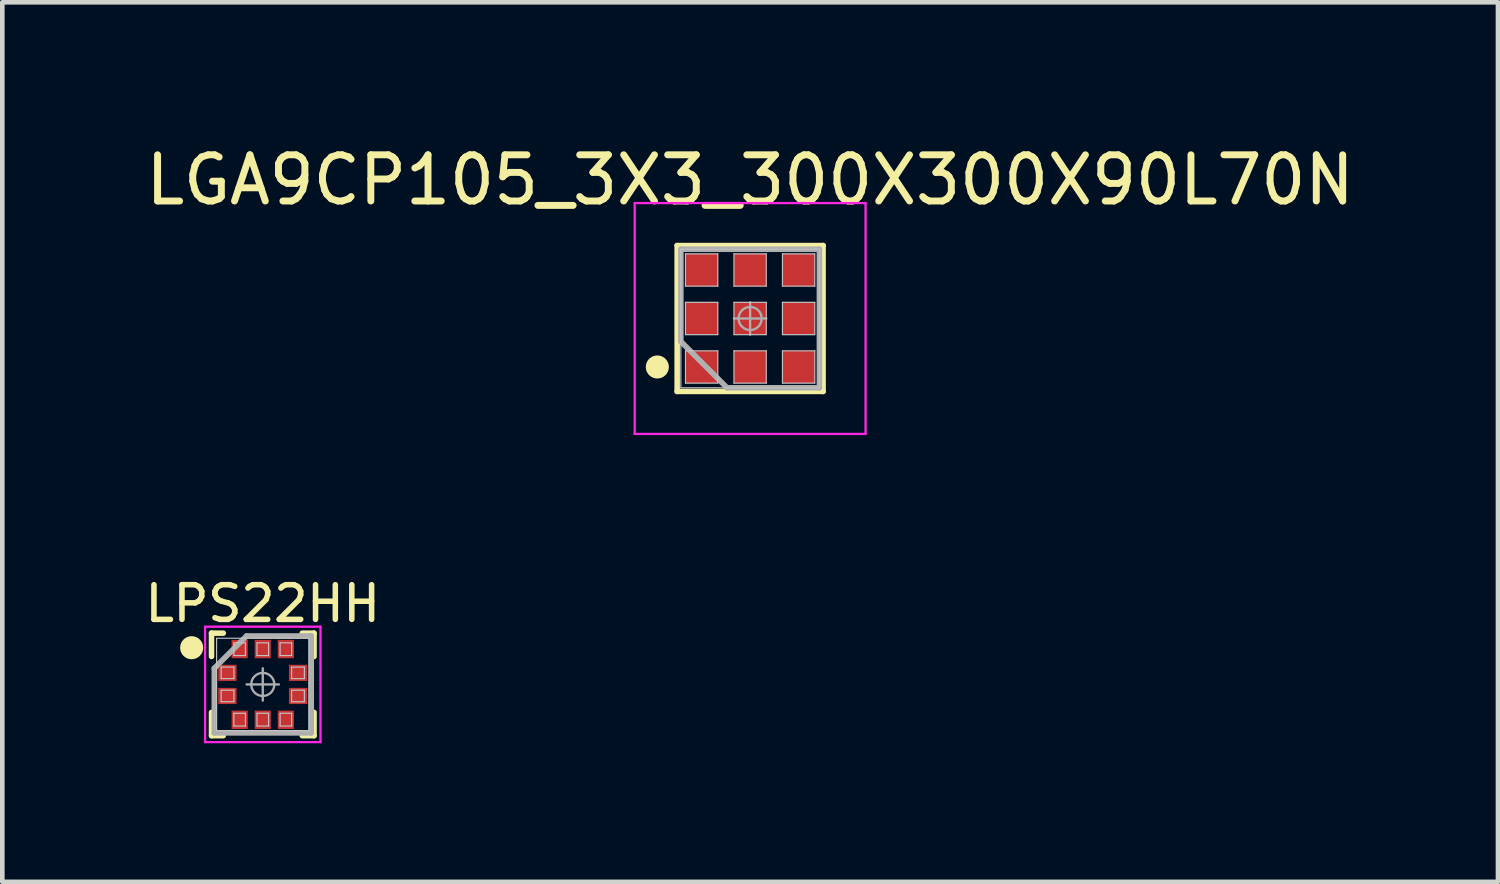
<source format=kicad_pcb>
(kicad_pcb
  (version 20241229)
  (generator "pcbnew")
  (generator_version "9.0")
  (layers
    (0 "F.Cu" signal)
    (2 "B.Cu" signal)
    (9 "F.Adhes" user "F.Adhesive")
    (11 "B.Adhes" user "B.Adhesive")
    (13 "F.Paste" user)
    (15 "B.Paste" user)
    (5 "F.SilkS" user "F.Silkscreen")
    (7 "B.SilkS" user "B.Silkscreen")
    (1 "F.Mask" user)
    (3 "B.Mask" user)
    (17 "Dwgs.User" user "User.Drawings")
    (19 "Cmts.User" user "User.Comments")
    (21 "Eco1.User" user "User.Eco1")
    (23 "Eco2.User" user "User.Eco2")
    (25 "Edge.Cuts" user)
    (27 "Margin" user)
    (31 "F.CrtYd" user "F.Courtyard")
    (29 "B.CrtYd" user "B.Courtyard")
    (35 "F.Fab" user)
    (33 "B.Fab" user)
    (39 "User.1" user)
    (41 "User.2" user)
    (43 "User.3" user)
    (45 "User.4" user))
  (footprint "LGA9CP105_3X3_300X300X90L70N"
    (layer "F.Cu")
    (at 13.196 3.848)
    (property "Reference" "LGA9CP105_3X3_300X300X90L70N" (at 0 -3 0) (layer "F.SilkS") (effects (font (size 1 1) (thickness 0.15))))
    (attr smd)
    (fp_line (start -1.58 -1.58) (end 1.58 -1.58) (stroke (width 0.12) (type solid)) (layer "F.SilkS"))
    (fp_line (start -1.58 1.58) (end -1.58 -1.58) (stroke (width 0.12) (type solid)) (layer "F.SilkS"))
    (fp_line (start 1.58 -1.58) (end 1.58 1.58) (stroke (width 0.12) (type solid)) (layer "F.SilkS"))
    (fp_line (start 1.58 1.58) (end -1.58 1.58) (stroke (width 0.12) (type solid)) (layer "F.SilkS"))
    (fp_circle (center -2.01 1.05) (end -2.01 1.175) (stroke (width 0.25) (type solid)) (fill no) (layer "F.SilkS"))
    (fp_line (start -1.5 -1.5) (end 1.5 -1.5) (stroke (width 0.025) (type solid)) (layer "Dwgs.User"))
    (fp_line (start -1.5 1.5) (end -1.5 -1.5) (stroke (width 0.025) (type solid)) (layer "Dwgs.User"))
    (fp_line (start -1.4 -1.4) (end -0.7 -1.4) (stroke (width 0.025) (type solid)) (layer "Dwgs.User"))
    (fp_line (start -1.4 -0.7) (end -1.4 -1.4) (stroke (width 0.025) (type solid)) (layer "Dwgs.User"))
    (fp_line (start -1.4 -0.35) (end -0.7 -0.35) (stroke (width 0.025) (type solid)) (layer "Dwgs.User"))
    (fp_line (start -1.4 0.35) (end -1.4 -0.35) (stroke (width 0.025) (type solid)) (layer "Dwgs.User"))
    (fp_line (start -1.4 0.7) (end -0.7 0.7) (stroke (width 0.025) (type solid)) (layer "Dwgs.User"))
    (fp_line (start -1.4 1.4) (end -1.4 0.7) (stroke (width 0.025) (type solid)) (layer "Dwgs.User"))
    (fp_line (start -0.7 -1.4) (end -0.7 -0.7) (stroke (width 0.025) (type solid)) (layer "Dwgs.User"))
    (fp_line (start -0.7 -0.7) (end -1.4 -0.7) (stroke (width 0.025) (type solid)) (layer "Dwgs.User"))
    (fp_line (start -0.7 -0.35) (end -0.7 0.35) (stroke (width 0.025) (type solid)) (layer "Dwgs.User"))
    (fp_line (start -0.7 0.35) (end -1.4 0.35) (stroke (width 0.025) (type solid)) (layer "Dwgs.User"))
    (fp_line (start -0.7 0.7) (end -0.7 1.4) (stroke (width 0.025) (type solid)) (layer "Dwgs.User"))
    (fp_line (start -0.7 1.4) (end -1.4 1.4) (stroke (width 0.025) (type solid)) (layer "Dwgs.User"))
    (fp_line (start -0.35 -1.4) (end 0.35 -1.4) (stroke (width 0.025) (type solid)) (layer "Dwgs.User"))
    (fp_line (start -0.35 -0.7) (end -0.35 -1.4) (stroke (width 0.025) (type solid)) (layer "Dwgs.User"))
    (fp_line (start -0.35 -0.35) (end 0.35 -0.35) (stroke (width 0.025) (type solid)) (layer "Dwgs.User"))
    (fp_line (start -0.35 0.35) (end -0.35 -0.35) (stroke (width 0.025) (type solid)) (layer "Dwgs.User"))
    (fp_line (start -0.35 0.7) (end 0.35 0.7) (stroke (width 0.025) (type solid)) (layer "Dwgs.User"))
    (fp_line (start -0.35 1.4) (end -0.35 0.7) (stroke (width 0.025) (type solid)) (layer "Dwgs.User"))
    (fp_line (start 0.35 -1.4) (end 0.35 -0.7) (stroke (width 0.025) (type solid)) (layer "Dwgs.User"))
    (fp_line (start 0.35 -0.7) (end -0.35 -0.7) (stroke (width 0.025) (type solid)) (layer "Dwgs.User"))
    (fp_line (start 0.35 -0.35) (end 0.35 0.35) (stroke (width 0.025) (type solid)) (layer "Dwgs.User"))
    (fp_line (start 0.35 0.35) (end -0.35 0.35) (stroke (width 0.025) (type solid)) (layer "Dwgs.User"))
    (fp_line (start 0.35 0.7) (end 0.35 1.4) (stroke (width 0.025) (type solid)) (layer "Dwgs.User"))
    (fp_line (start 0.35 1.4) (end -0.35 1.4) (stroke (width 0.025) (type solid)) (layer "Dwgs.User"))
    (fp_line (start 0.7 -1.4) (end 1.4 -1.4) (stroke (width 0.025) (type solid)) (layer "Dwgs.User"))
    (fp_line (start 0.7 -0.7) (end 0.7 -1.4) (stroke (width 0.025) (type solid)) (layer "Dwgs.User"))
    (fp_line (start 0.7 -0.35) (end 1.4 -0.35) (stroke (width 0.025) (type solid)) (layer "Dwgs.User"))
    (fp_line (start 0.7 0.35) (end 0.7 -0.35) (stroke (width 0.025) (type solid)) (layer "Dwgs.User"))
    (fp_line (start 0.7 0.7) (end 1.4 0.7) (stroke (width 0.025) (type solid)) (layer "Dwgs.User"))
    (fp_line (start 0.7 1.4) (end 0.7 0.7) (stroke (width 0.025) (type solid)) (layer "Dwgs.User"))
    (fp_line (start 1.4 -1.4) (end 1.4 -0.7) (stroke (width 0.025) (type solid)) (layer "Dwgs.User"))
    (fp_line (start 1.4 -0.7) (end 0.7 -0.7) (stroke (width 0.025) (type solid)) (layer "Dwgs.User"))
    (fp_line (start 1.4 -0.35) (end 1.4 0.35) (stroke (width 0.025) (type solid)) (layer "Dwgs.User"))
    (fp_line (start 1.4 0.35) (end 0.7 0.35) (stroke (width 0.025) (type solid)) (layer "Dwgs.User"))
    (fp_line (start 1.4 0.7) (end 1.4 1.4) (stroke (width 0.025) (type solid)) (layer "Dwgs.User"))
    (fp_line (start 1.4 1.4) (end 0.7 1.4) (stroke (width 0.025) (type solid)) (layer "Dwgs.User"))
    (fp_line (start 1.5 -1.5) (end 1.5 1.5) (stroke (width 0.025) (type solid)) (layer "Dwgs.User"))
    (fp_line (start 1.5 1.5) (end -1.5 1.5) (stroke (width 0.025) (type solid)) (layer "Dwgs.User"))
    (fp_line (start -2.5 -2.5) (end -2.5 2.5) (stroke (width 0.05) (type solid)) (layer "F.CrtYd"))
    (fp_line (start -2.5 2.5) (end 2.5 2.5) (stroke (width 0.05) (type solid)) (layer "F.CrtYd"))
    (fp_line (start 2.5 -2.5) (end -2.5 -2.5) (stroke (width 0.05) (type solid)) (layer "F.CrtYd"))
    (fp_line (start 2.5 2.5) (end 2.5 -2.5) (stroke (width 0.05) (type solid)) (layer "F.CrtYd"))
    (fp_line (start -1.5 -1.5) (end 1.5 -1.5) (stroke (width 0.12) (type solid)) (layer "F.Fab"))
    (fp_line (start -1.5 0.5) (end -1.5 -1.5) (stroke (width 0.12) (type solid)) (layer "F.Fab"))
    (fp_line (start -0.5 1.5) (end -1.5 0.5) (stroke (width 0.12) (type solid)) (layer "F.Fab"))
    (fp_line (start -0.35 0) (end 0.35 0) (stroke (width 0.05) (type solid)) (layer "F.Fab"))
    (fp_line (start 0 -0.35) (end 0 0.35) (stroke (width 0.05) (type solid)) (layer "F.Fab"))
    (fp_line (start 1.5 -1.5) (end 1.5 1.5) (stroke (width 0.12) (type solid)) (layer "F.Fab"))
    (fp_line (start 1.5 1.5) (end -0.5 1.5) (stroke (width 0.12) (type solid)) (layer "F.Fab"))
    (fp_circle (center 0 0) (end 0.25 0) (stroke (width 0.05) (type solid)) (fill no) (layer "F.Fab"))
    (pad "1" smd rect (at -1.05 1.05) (size 0.7 0.7) (layers "F.Cu" "F.Mask" "F.Paste"))
    (pad "2" smd rect (at -1.05 0) (size 0.7 0.7) (layers "F.Cu" "F.Mask" "F.Paste"))
    (pad "3" smd rect (at -1.05 -1.05) (size 0.7 0.7) (layers "F.Cu" "F.Mask" "F.Paste"))
    (pad "4" smd rect (at 0 -1.05) (size 0.7 0.7) (layers "F.Cu" "F.Mask" "F.Paste"))
    (pad "5" smd rect (at 1.05 -1.05) (size 0.7 0.7) (layers "F.Cu" "F.Mask" "F.Paste"))
    (pad "6" smd rect (at 1.05 0) (size 0.7 0.7) (layers "F.Cu" "F.Mask" "F.Paste"))
    (pad "7" smd rect (at 1.05 1.05) (size 0.7 0.7) (layers "F.Cu" "F.Mask" "F.Paste"))
    (pad "8" smd rect (at 0 1.05) (size 0.7 0.7) (layers "F.Cu" "F.Mask" "F.Paste"))
    (pad "9" smd rect (at 0 0) (size 0.7 0.7) (layers "F.Cu" "F.Mask" "F.Paste")))
  (footprint "LPS22HH"
    (layer "F.Cu")
    (at 2.641 11.773)
    (property "Reference" "LPS22HH" (at 0 -1.75 0) (layer "F.SilkS") (effects (font (size 0.75 0.75) (thickness 0.12))))
    (attr smd)
    (fp_line (start -1.11 -1.11) (end -0.855 -1.11) (stroke (width 0.12) (type solid)) (layer "F.SilkS"))
    (fp_line (start -1.11 -0.605) (end -1.11 -1.11) (stroke (width 0.12) (type solid)) (layer "F.SilkS"))
    (fp_line (start -1.11 0.605) (end -1.11 1.11) (stroke (width 0.12) (type solid)) (layer "F.SilkS"))
    (fp_line (start -1.11 1.11) (end -0.855 1.11) (stroke (width 0.12) (type solid)) (layer "F.SilkS"))
    (fp_line (start 1.11 -1.11) (end 0.855 -1.11) (stroke (width 0.12) (type solid)) (layer "F.SilkS"))
    (fp_line (start 1.11 -0.605) (end 1.11 -1.11) (stroke (width 0.12) (type solid)) (layer "F.SilkS"))
    (fp_line (start 1.11 0.605) (end 1.11 1.11) (stroke (width 0.12) (type solid)) (layer "F.SilkS"))
    (fp_line (start 1.11 1.11) (end 0.855 1.11) (stroke (width 0.12) (type solid)) (layer "F.SilkS"))
    (fp_circle (center -1.54 -0.795) (end -1.54 -0.67) (stroke (width 0.25) (type solid)) (fill no) (layer "F.SilkS"))
    (fp_line (start -1 -1) (end 1 -1) (stroke (width 0.025) (type solid)) (layer "Dwgs.User"))
    (fp_line (start -1 1) (end -1 -1) (stroke (width 0.025) (type solid)) (layer "Dwgs.User"))
    (fp_line (start -0.901 -0.375) (end -0.625 -0.375) (stroke (width 0.025) (type solid)) (layer "Dwgs.User"))
    (fp_line (start -0.901 -0.125) (end -0.901 -0.375) (stroke (width 0.025) (type solid)) (layer "Dwgs.User"))
    (fp_line (start -0.901 0.125) (end -0.625 0.125) (stroke (width 0.025) (type solid)) (layer "Dwgs.User"))
    (fp_line (start -0.901 0.375) (end -0.901 0.125) (stroke (width 0.025) (type solid)) (layer "Dwgs.User"))
    (fp_line (start -0.625 -0.901) (end -0.375 -0.901) (stroke (width 0.025) (type solid)) (layer "Dwgs.User"))
    (fp_line (start -0.625 -0.625) (end -0.625 -0.901) (stroke (width 0.025) (type solid)) (layer "Dwgs.User"))
    (fp_line (start -0.625 -0.375) (end -0.625 -0.125) (stroke (width 0.025) (type solid)) (layer "Dwgs.User"))
    (fp_line (start -0.625 -0.125) (end -0.901 -0.125) (stroke (width 0.025) (type solid)) (layer "Dwgs.User"))
    (fp_line (start -0.625 0.125) (end -0.625 0.375) (stroke (width 0.025) (type solid)) (layer "Dwgs.User"))
    (fp_line (start -0.625 0.375) (end -0.901 0.375) (stroke (width 0.025) (type solid)) (layer "Dwgs.User"))
    (fp_line (start -0.625 0.625) (end -0.375 0.625) (stroke (width 0.025) (type solid)) (layer "Dwgs.User"))
    (fp_line (start -0.625 0.901) (end -0.625 0.625) (stroke (width 0.025) (type solid)) (layer "Dwgs.User"))
    (fp_line (start -0.375 -0.901) (end -0.375 -0.625) (stroke (width 0.025) (type solid)) (layer "Dwgs.User"))
    (fp_line (start -0.375 -0.625) (end -0.625 -0.625) (stroke (width 0.025) (type solid)) (layer "Dwgs.User"))
    (fp_line (start -0.375 0.625) (end -0.375 0.901) (stroke (width 0.025) (type solid)) (layer "Dwgs.User"))
    (fp_line (start -0.375 0.901) (end -0.625 0.901) (stroke (width 0.025) (type solid)) (layer "Dwgs.User"))
    (fp_line (start -0.125 -0.901) (end 0.125 -0.901) (stroke (width 0.025) (type solid)) (layer "Dwgs.User"))
    (fp_line (start -0.125 -0.625) (end -0.125 -0.901) (stroke (width 0.025) (type solid)) (layer "Dwgs.User"))
    (fp_line (start -0.125 0.625) (end 0.125 0.625) (stroke (width 0.025) (type solid)) (layer "Dwgs.User"))
    (fp_line (start -0.125 0.901) (end -0.125 0.625) (stroke (width 0.025) (type solid)) (layer "Dwgs.User"))
    (fp_line (start 0.125 -0.901) (end 0.125 -0.625) (stroke (width 0.025) (type solid)) (layer "Dwgs.User"))
    (fp_line (start 0.125 -0.625) (end -0.125 -0.625) (stroke (width 0.025) (type solid)) (layer "Dwgs.User"))
    (fp_line (start 0.125 0.625) (end 0.125 0.901) (stroke (width 0.025) (type solid)) (layer "Dwgs.User"))
    (fp_line (start 0.125 0.901) (end -0.125 0.901) (stroke (width 0.025) (type solid)) (layer "Dwgs.User"))
    (fp_line (start 0.375 -0.901) (end 0.625 -0.901) (stroke (width 0.025) (type solid)) (layer "Dwgs.User"))
    (fp_line (start 0.375 -0.625) (end 0.375 -0.901) (stroke (width 0.025) (type solid)) (layer "Dwgs.User"))
    (fp_line (start 0.375 0.625) (end 0.625 0.625) (stroke (width 0.025) (type solid)) (layer "Dwgs.User"))
    (fp_line (start 0.375 0.901) (end 0.375 0.625) (stroke (width 0.025) (type solid)) (layer "Dwgs.User"))
    (fp_line (start 0.625 -0.901) (end 0.625 -0.625) (stroke (width 0.025) (type solid)) (layer "Dwgs.User"))
    (fp_line (start 0.625 -0.625) (end 0.375 -0.625) (stroke (width 0.025) (type solid)) (layer "Dwgs.User"))
    (fp_line (start 0.625 -0.375) (end 0.901 -0.375) (stroke (width 0.025) (type solid)) (layer "Dwgs.User"))
    (fp_line (start 0.625 -0.125) (end 0.625 -0.375) (stroke (width 0.025) (type solid)) (layer "Dwgs.User"))
    (fp_line (start 0.625 0.125) (end 0.901 0.125) (stroke (width 0.025) (type solid)) (layer "Dwgs.User"))
    (fp_line (start 0.625 0.375) (end 0.625 0.125) (stroke (width 0.025) (type solid)) (layer "Dwgs.User"))
    (fp_line (start 0.625 0.625) (end 0.625 0.901) (stroke (width 0.025) (type solid)) (layer "Dwgs.User"))
    (fp_line (start 0.625 0.901) (end 0.375 0.901) (stroke (width 0.025) (type solid)) (layer "Dwgs.User"))
    (fp_line (start 0.901 -0.375) (end 0.901 -0.125) (stroke (width 0.025) (type solid)) (layer "Dwgs.User"))
    (fp_line (start 0.901 -0.125) (end 0.625 -0.125) (stroke (width 0.025) (type solid)) (layer "Dwgs.User"))
    (fp_line (start 0.901 0.125) (end 0.901 0.375) (stroke (width 0.025) (type solid)) (layer "Dwgs.User"))
    (fp_line (start 0.901 0.375) (end 0.625 0.375) (stroke (width 0.025) (type solid)) (layer "Dwgs.User"))
    (fp_line (start 1 -1) (end 1 1) (stroke (width 0.025) (type solid)) (layer "Dwgs.User"))
    (fp_line (start 1 1) (end -1 1) (stroke (width 0.025) (type solid)) (layer "Dwgs.User"))
    (fp_line (start -1.25 -1.25) (end -1.25 1.25) (stroke (width 0.05) (type solid)) (layer "F.CrtYd"))
    (fp_line (start -1.25 1.25) (end 1.25 1.25) (stroke (width 0.05) (type solid)) (layer "F.CrtYd"))
    (fp_line (start 1.25 -1.25) (end -1.25 -1.25) (stroke (width 0.05) (type solid)) (layer "F.CrtYd"))
    (fp_line (start 1.25 1.25) (end 1.25 -1.25) (stroke (width 0.05) (type solid)) (layer "F.CrtYd"))
    (fp_line (start -1.05 -0.35) (end -0.35 -1.05) (stroke (width 0.12) (type solid)) (layer "F.Fab"))
    (fp_line (start -1.05 1.05) (end -1.05 -0.35) (stroke (width 0.12) (type solid)) (layer "F.Fab"))
    (fp_line (start -0.35 -1.05) (end 1.05 -1.05) (stroke (width 0.12) (type solid)) (layer "F.Fab"))
    (fp_line (start 0 -0.35) (end 0 0.35) (stroke (width 0.05) (type solid)) (layer "F.Fab"))
    (fp_line (start 0.35 0) (end -0.35 0) (stroke (width 0.05) (type solid)) (layer "F.Fab"))
    (fp_line (start 1.05 -1.05) (end 1.05 1.05) (stroke (width 0.12) (type solid)) (layer "F.Fab"))
    (fp_line (start 1.05 1.05) (end -1.05 1.05) (stroke (width 0.12) (type solid)) (layer "F.Fab"))
    (fp_circle (center 0 0) (end 0.25 0) (stroke (width 0.05) (type solid)) (fill no) (layer "F.Fab"))
    (pad "1" smd rect (at -0.766 -0.25) (size 0.397 0.35) (layers "F.Cu" "F.Mask" "F.Paste"))
    (pad "2" smd rect (at -0.766 0.25) (size 0.397 0.35) (layers "F.Cu" "F.Mask" "F.Paste"))
    (pad "3" smd rect (at -0.5 0.766 90) (size 0.397 0.35) (layers "F.Cu" "F.Mask" "F.Paste"))
    (pad "4" smd rect (at 0 0.766 90) (size 0.397 0.35) (layers "F.Cu" "F.Mask" "F.Paste"))
    (pad "5" smd rect (at 0.5 0.766 90) (size 0.397 0.35) (layers "F.Cu" "F.Mask" "F.Paste"))
    (pad "6" smd rect (at 0.766 0.25) (size 0.397 0.35) (layers "F.Cu" "F.Mask" "F.Paste"))
    (pad "7" smd rect (at 0.766 -0.25) (size 0.397 0.35) (layers "F.Cu" "F.Mask" "F.Paste"))
    (pad "8" smd rect (at 0.5 -0.766 90) (size 0.397 0.35) (layers "F.Cu" "F.Mask" "F.Paste"))
    (pad "9" smd rect (at 0 -0.766 90) (size 0.397 0.35) (layers "F.Cu" "F.Mask" "F.Paste"))
    (pad "10" smd rect (at -0.5 -0.766 90) (size 0.397 0.35) (layers "F.Cu" "F.Mask" "F.Paste")))
  (gr_rect
    (start -3 -3)
    (end 29.393 16.048)
    (stroke (width 0.1) (type default))
    (fill no)
    (layer "Edge.Cuts")))
</source>
